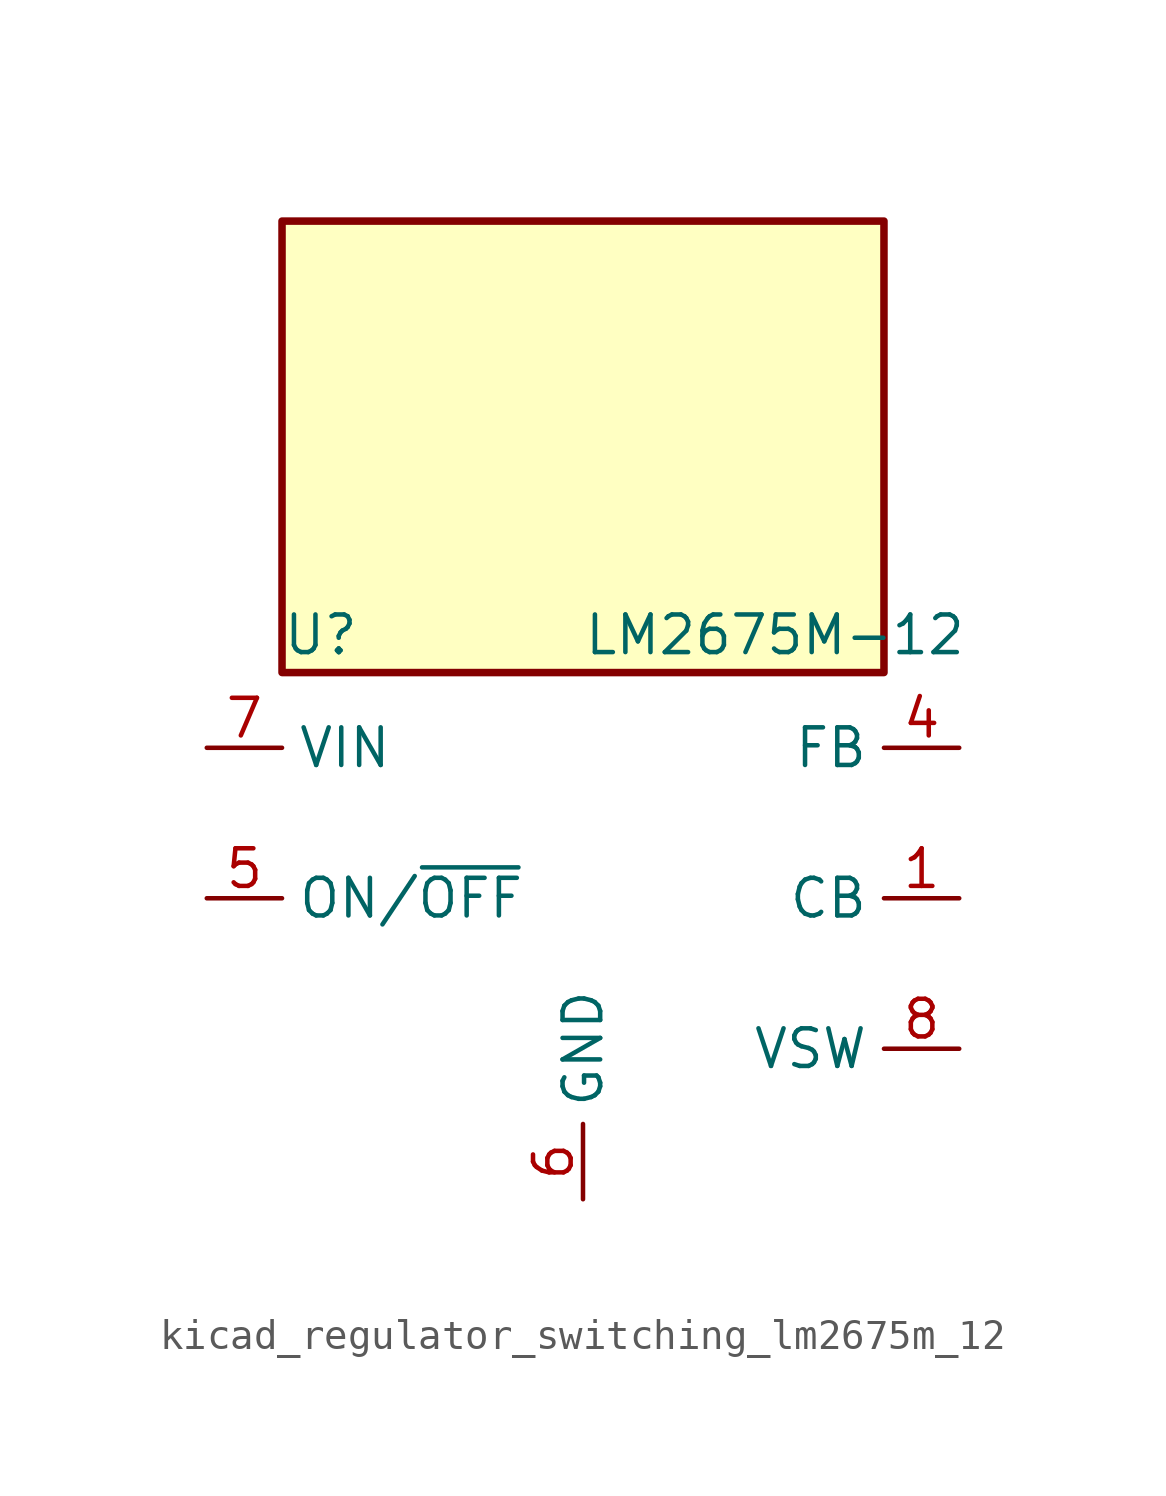
<source format=kicad_sym>
(kicad_symbol_lib
  (version 20220914)
  (generator kicad_symbol_editor)
  (symbol "kicad_regulator_switching_lm2675m_12"
    (property "Reference" "U"
      (at -10.16 8.89 0)
      (effects (font (size 1.27 1.27)) (justify left)))
    (property "Value" "LM2675M-12"
      (at 0 8.89 0)
      (effects (font (size 1.27 1.27)) (justify left)))
    (symbol "kicad_regulator_switching_lm2675m_12_0_1"
      (rectangle (start 10.16 22.86) (end -10.16 7.62) (stroke (width 0.254) (type default)) (fill (type background))))
    (symbol "kicad_regulator_switching_lm2675m_12_1_1"
      (pin input line (at 12.7 0 180) (length 2.54) (name "CB" (effects (font (size 1.27 1.27)))) (number "1" (effects (font (size 1.27 1.27)))))
      (pin no_connect line (at -10.16 -2.54 0) (length 2.54) hide (name "NC" (effects (font (size 1.27 1.27)))) (number "2" (effects (font (size 1.27 1.27)))))
      (pin no_connect line (at -10.16 -5.08 0) (length 2.54) hide (name "NC" (effects (font (size 1.27 1.27)))) (number "3" (effects (font (size 1.27 1.27)))))
      (pin input line (at 12.7 5.08 180) (length 2.54) (name "FB" (effects (font (size 1.27 1.27)))) (number "4" (effects (font (size 1.27 1.27)))))
      (pin input line (at -12.7 0 0) (length 2.54) (name "ON/~{OFF}" (effects (font (size 1.27 1.27)))) (number "5" (effects (font (size 1.27 1.27)))))
      (pin power_in line (at 0 -10.16 90) (length 2.54) (name "GND" (effects (font (size 1.27 1.27)))) (number "6" (effects (font (size 1.27 1.27)))))
      (pin power_in line (at -12.7 5.08 0) (length 2.54) (name "VIN" (effects (font (size 1.27 1.27)))) (number "7" (effects (font (size 1.27 1.27)))))
      (pin output line (at 12.7 -5.08 180) (length 2.54) (name "VSW" (effects (font (size 1.27 1.27)))) (number "8" (effects (font (size 1.27 1.27))))))))
</source>
